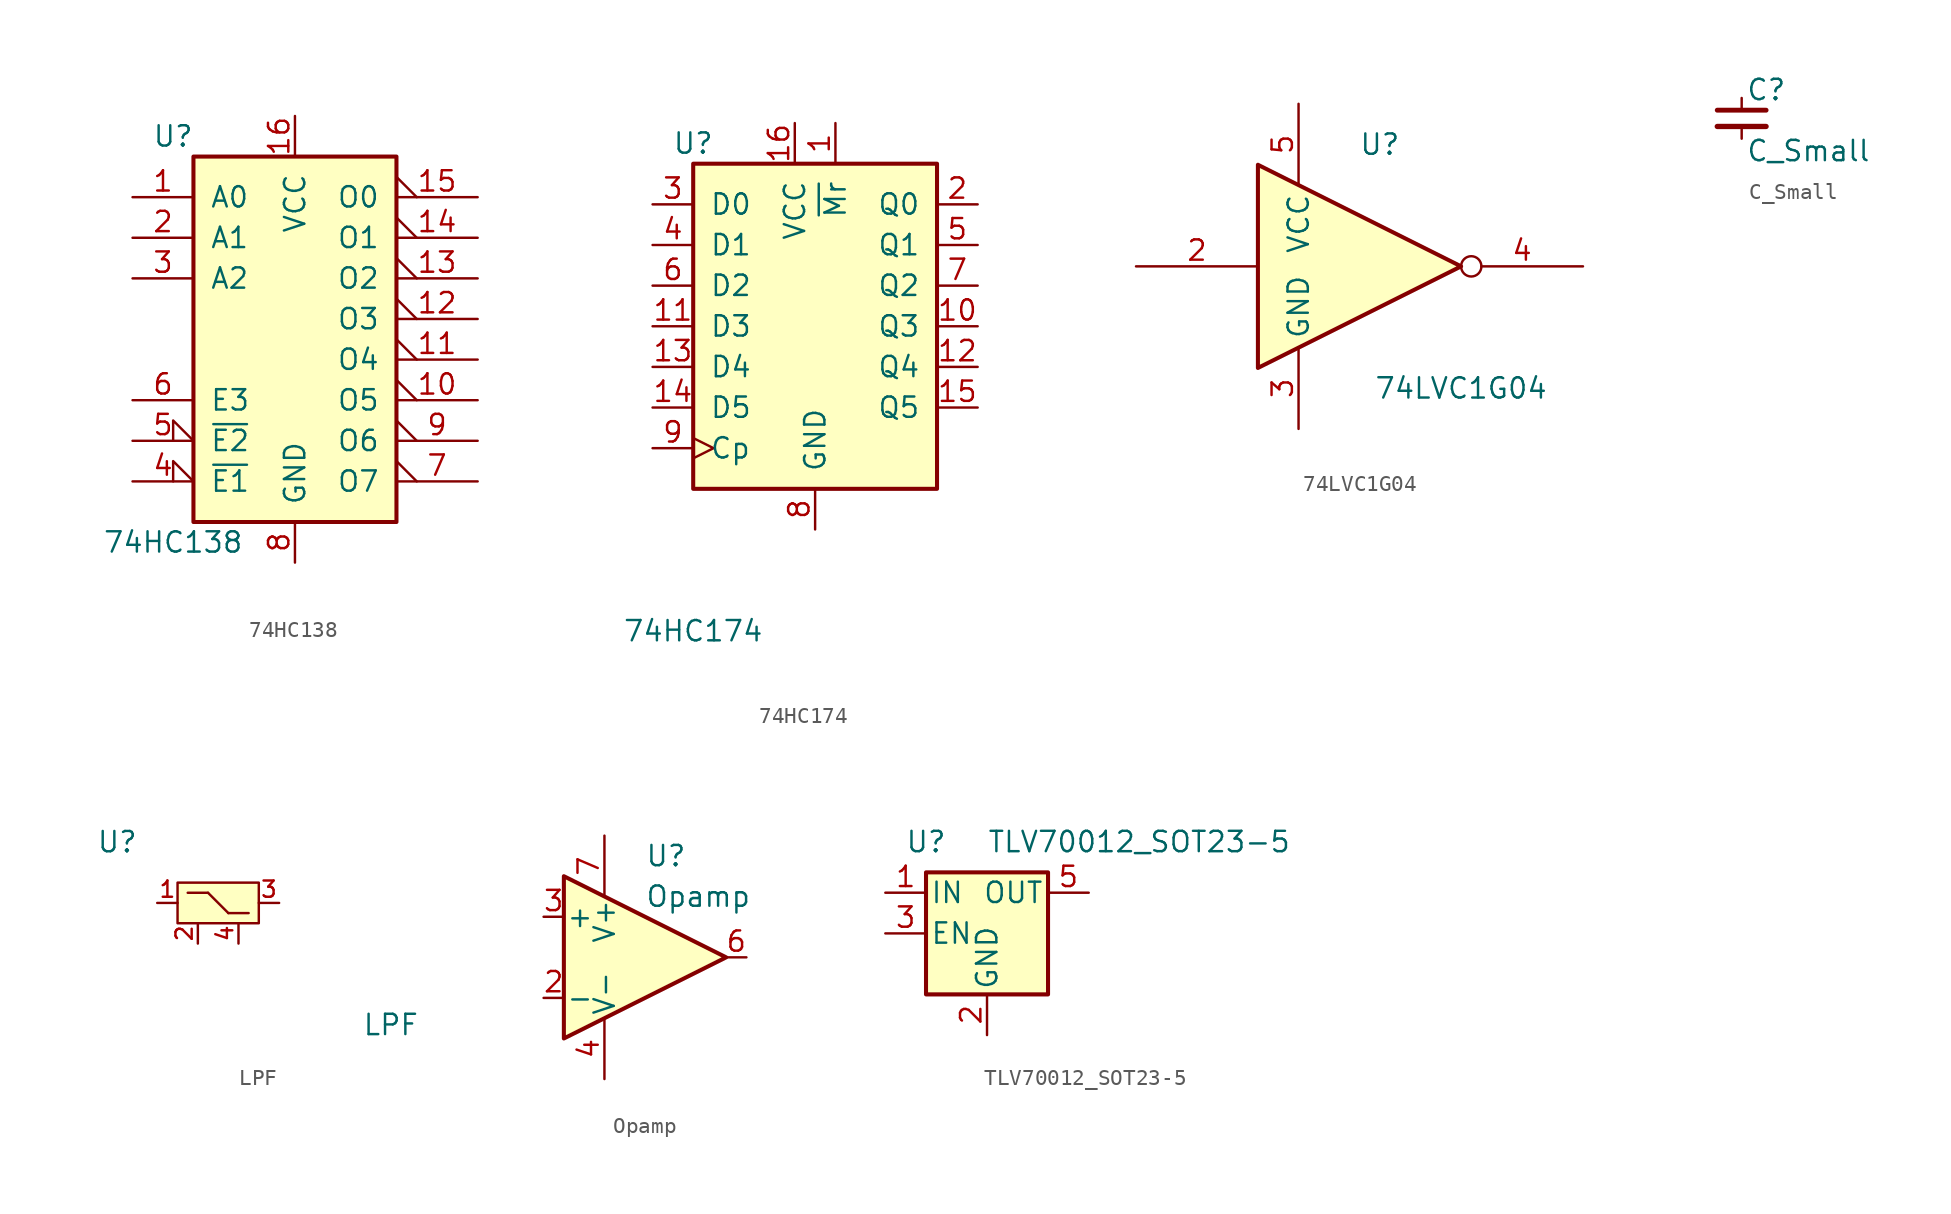
<source format=kicad_sym>
(kicad_symbol_lib
  (version 20241209)
  (generator "kicad_symbol_editor")
  (generator_version "9.0")
  (symbol "74HC138"
    (pin_names
      (offset 1.016))
    (property "Reference" "U"
      (at -7.62 11.43 0)
      (effects (font (size 1.27 1.27))))
    (property "Value" "74HC138"
      (at -7.62 -13.97 0)
      (effects (font (size 1.27 1.27))))
    (property "ki_locked" ""
      (at 0 0 0)
      (effects (font (size 1.27 1.27))))
    (symbol "74HC138_1_0"
      (pin input line (at -10.16 7.62 0) (length 3.81) (name "A0" (effects (font (size 1.27 1.27)))) (number "1" (effects (font (size 1.27 1.27)))))
      (pin input line (at -10.16 5.08 0) (length 3.81) (name "A1" (effects (font (size 1.27 1.27)))) (number "2" (effects (font (size 1.27 1.27)))))
      (pin input line (at -10.16 2.54 0) (length 3.81) (name "A2" (effects (font (size 1.27 1.27)))) (number "3" (effects (font (size 1.27 1.27)))))
      (pin input line (at -10.16 -5.08 0) (length 3.81) (name "E3" (effects (font (size 1.27 1.27)))) (number "6" (effects (font (size 1.27 1.27)))))
      (pin input input_low (at -10.16 -7.62 0) (length 3.81) (name "~{E2}" (effects (font (size 1.27 1.27)))) (number "5" (effects (font (size 1.27 1.27)))))
      (pin input input_low (at -10.16 -10.16 0) (length 3.81) (name "~{E1}" (effects (font (size 1.27 1.27)))) (number "4" (effects (font (size 1.27 1.27)))))
      (pin power_in line (at 0 12.7 270) (length 2.54) (name "VCC" (effects (font (size 1.27 1.27)))) (number "16" (effects (font (size 1.27 1.27)))))
      (pin power_in line (at 0 -15.24 90) (length 2.54) (name "GND" (effects (font (size 1.27 1.27)))) (number "8" (effects (font (size 1.27 1.27)))))
      (pin output output_low (at 11.43 7.62 180) (length 5.08) (name "O0" (effects (font (size 1.27 1.27)))) (number "15" (effects (font (size 1.27 1.27)))))
      (pin output output_low (at 11.43 5.08 180) (length 5.08) (name "O1" (effects (font (size 1.27 1.27)))) (number "14" (effects (font (size 1.27 1.27)))))
      (pin output output_low (at 11.43 2.54 180) (length 5.08) (name "O2" (effects (font (size 1.27 1.27)))) (number "13" (effects (font (size 1.27 1.27)))))
      (pin output output_low (at 11.43 0 180) (length 5.08) (name "O3" (effects (font (size 1.27 1.27)))) (number "12" (effects (font (size 1.27 1.27)))))
      (pin output output_low (at 11.43 -2.54 180) (length 5.08) (name "O4" (effects (font (size 1.27 1.27)))) (number "11" (effects (font (size 1.27 1.27)))))
      (pin output output_low (at 11.43 -5.08 180) (length 5.08) (name "O5" (effects (font (size 1.27 1.27)))) (number "10" (effects (font (size 1.27 1.27)))))
      (pin output output_low (at 11.43 -7.62 180) (length 5.08) (name "O6" (effects (font (size 1.27 1.27)))) (number "9" (effects (font (size 1.27 1.27)))))
      (pin output output_low (at 11.43 -10.16 180) (length 5.08) (name "O7" (effects (font (size 1.27 1.27)))) (number "7" (effects (font (size 1.27 1.27))))))
    (symbol "74HC138_1_1"
      (rectangle (start -6.35 10.16) (end 6.35 -12.7) (stroke (width 0.254) (type default)) (fill (type background)))))
  (symbol "74HC174"
    (pin_names
      (offset 1.016))
    (property "Reference" "U"
      (at -7.62 11.43 0)
      (effects (font (size 1.27 1.27))))
    (property "Value" "74HC174"
      (at -7.62 -19.05 0)
      (effects (font (size 1.27 1.27))))
    (property "ki_locked" ""
      (at 0 0 0)
      (effects (font (size 1.27 1.27))))
    (symbol "74HC174_1_0"
      (pin input line (at -10.16 7.62 0) (length 2.54) (name "D0" (effects (font (size 1.27 1.27)))) (number "3" (effects (font (size 1.27 1.27)))))
      (pin input line (at -10.16 5.08 0) (length 2.54) (name "D1" (effects (font (size 1.27 1.27)))) (number "4" (effects (font (size 1.27 1.27)))))
      (pin input line (at -10.16 2.54 0) (length 2.54) (name "D2" (effects (font (size 1.27 1.27)))) (number "6" (effects (font (size 1.27 1.27)))))
      (pin input line (at -10.16 0 0) (length 2.54) (name "D3" (effects (font (size 1.27 1.27)))) (number "11" (effects (font (size 1.27 1.27)))))
      (pin input line (at -10.16 -2.54 0) (length 2.54) (name "D4" (effects (font (size 1.27 1.27)))) (number "13" (effects (font (size 1.27 1.27)))))
      (pin input line (at -10.16 -5.08 0) (length 2.54) (name "D5" (effects (font (size 1.27 1.27)))) (number "14" (effects (font (size 1.27 1.27)))))
      (pin input clock (at -10.16 -7.62 0) (length 2.54) (name "Cp" (effects (font (size 1.27 1.27)))) (number "9" (effects (font (size 1.27 1.27)))))
      (pin power_in line (at -1.27 12.7 270) (length 2.54) (name "VCC" (effects (font (size 1.27 1.27)))) (number "16" (effects (font (size 1.27 1.27)))))
      (pin power_in line (at 0 -12.7 90) (length 2.54) (name "GND" (effects (font (size 1.27 1.27)))) (number "8" (effects (font (size 1.27 1.27)))))
      (pin input line (at 1.27 12.7 270) (length 2.54) (name "~{Mr}" (effects (font (size 1.27 1.27)))) (number "1" (effects (font (size 1.27 1.27)))))
      (pin output line (at 10.16 7.62 180) (length 2.54) (name "Q0" (effects (font (size 1.27 1.27)))) (number "2" (effects (font (size 1.27 1.27)))))
      (pin output line (at 10.16 5.08 180) (length 2.54) (name "Q1" (effects (font (size 1.27 1.27)))) (number "5" (effects (font (size 1.27 1.27)))))
      (pin output line (at 10.16 2.54 180) (length 2.54) (name "Q2" (effects (font (size 1.27 1.27)))) (number "7" (effects (font (size 1.27 1.27)))))
      (pin output line (at 10.16 0 180) (length 2.54) (name "Q3" (effects (font (size 1.27 1.27)))) (number "10" (effects (font (size 1.27 1.27)))))
      (pin output line (at 10.16 -2.54 180) (length 2.54) (name "Q4" (effects (font (size 1.27 1.27)))) (number "12" (effects (font (size 1.27 1.27)))))
      (pin output line (at 10.16 -5.08 180) (length 2.54) (name "Q5" (effects (font (size 1.27 1.27)))) (number "15" (effects (font (size 1.27 1.27))))))
    (symbol "74HC174_1_1"
      (rectangle (start -7.62 10.16) (end 7.62 -10.16) (stroke (width 0.254) (type default)) (fill (type background)))))
  (symbol "74LVC1G04"
    (property "Reference" "U"
      (at 0 7.62 0)
      (effects (font (size 1.27 1.27))))
    (property "Value" "74LVC1G04"
      (at 5.08 -7.62 0)
      (effects (font (size 1.27 1.27))))
    (symbol "74LVC1G04_0_1"
      (polyline (pts (xy -7.62 6.35) (xy -7.62 -6.35) (xy 5.08 0) (xy -7.62 6.35)) (stroke (width 0.254) (type default)) (fill (type background))))
    (symbol "74LVC1G04_1_0"
      (pin no_connect line (at 0 -5.08 90) (length 2.54) (hide yes) (name "N/C" (effects (font (size 1.27 1.27)))) (number "1" (effects (font (size 1.27 1.27))))))
    (symbol "74LVC1G04_1_1"
      (pin input line (at -15.24 0 0) (length 7.62) (name "~" (effects (font (size 1.27 1.27)))) (number "2" (effects (font (size 1.27 1.27)))))
      (pin power_in line (at -5.08 10.16 270) (length 5.08) (name "VCC" (effects (font (size 1.27 1.27)))) (number "5" (effects (font (size 1.27 1.27)))))
      (pin power_in line (at -5.08 -10.16 90) (length 5.08) (name "GND" (effects (font (size 1.27 1.27)))) (number "3" (effects (font (size 1.27 1.27)))))
      (pin output inverted (at 12.7 0 180) (length 7.62) (name "~" (effects (font (size 1.27 1.27)))) (number "4" (effects (font (size 1.27 1.27)))))))
  (symbol "C_Small"
    (pin_numbers
      (hide yes))
    (pin_names
      (offset 0.254)
      (hide yes))
    (property "Reference" "C"
      (at 0.254 1.778 0)
      (effects (font (size 1.27 1.27)) (justify left)))
    (property "Value" "C_Small"
      (at 0.254 -2.032 0)
      (effects (font (size 1.27 1.27)) (justify left)))
    (symbol "C_Small_0_1"
      (polyline (pts (xy -1.524 0.508) (xy 1.524 0.508)) (stroke (width 0.305) (type default)) (fill (type none)))
      (polyline (pts (xy -1.524 -0.508) (xy 1.524 -0.508)) (stroke (width 0.33) (type default)) (fill (type none))))
    (symbol "C_Small_1_1"
      (pin passive line (at 0 1.27 270) (length 0.762) (name "~" (effects (font (size 1.27 1.27)))) (number "1" (effects (font (size 1.27 1.27)))))
      (pin passive line (at 0 -1.27 90) (length 0.762) (name "~" (effects (font (size 1.27 1.27)))) (number "2" (effects (font (size 1.27 1.27)))))))
  (symbol "LPF"
    (property "Reference" "U"
      (at -7.62 3.81 0)
      (effects (font (size 1.27 1.27)) (justify left)))
    (property "Value" "LPF"
      (at 10.795 -7.62 0)
      (effects (font (size 1.27 1.27))))
    (symbol "LPF_0_0"
      (pin input line (at -3.81 0 0) (length 1.27) (name "~" (effects (font (size 1.016 1.016)))) (number "1" (effects (font (size 1.016 1.016)))))
      (pin power_in line (at 1.27 -2.54 90) (length 1.27) (name "~" (effects (font (size 1.016 1.016)))) (number "4" (effects (font (size 1.016 1.016)))))
      (pin output line (at 3.81 0 180) (length 1.27) (name "~" (effects (font (size 1.016 1.016)))) (number "3" (effects (font (size 1.016 1.016))))))
    (symbol "LPF_0_1"
      (polyline (pts (xy -2.54 1.27) (xy -2.54 -1.27) (xy 2.54 -1.27) (xy 2.54 1.27) (xy -2.54 1.27)) (stroke (width 0) (type default)) (fill (type background)))
      (polyline (pts (xy -0.635 0.635) (xy -1.905 0.635)) (stroke (width 0) (type default)) (fill (type none)))
      (polyline (pts (xy -0.635 0.635) (xy 0.635 -0.635)) (stroke (width 0) (type default)) (fill (type none)))
      (polyline (pts (xy 0.635 -0.635) (xy 1.905 -0.635)) (stroke (width 0) (type default)) (fill (type none))))
    (symbol "LPF_1_1"
      (pin power_in line (at -1.27 -2.54 90) (length 1.27) (name "~" (effects (font (size 1.016 1.016)))) (number "2" (effects (font (size 1.016 1.016)))))))
  (symbol "Opamp"
    (pin_names
      (offset 0.127))
    (property "Reference" "U"
      (at 0 6.35 0)
      (effects (font (size 1.27 1.27)) (justify left)))
    (property "Value" "Opamp"
      (at 0 3.81 0)
      (effects (font (size 1.27 1.27)) (justify left)))
    (symbol "Opamp_0_1"
      (polyline (pts (xy -5.08 5.08) (xy 5.08 0) (xy -5.08 -5.08) (xy -5.08 5.08)) (stroke (width 0.254) (type default)) (fill (type background))))
    (symbol "Opamp_1_1"
      (pin input line (at -6.35 2.54 0) (length 1.27) (name "+" (effects (font (size 1.27 1.27)))) (number "3" (effects (font (size 1.27 1.27)))))
      (pin input line (at -6.35 -2.54 0) (length 1.27) (name "-" (effects (font (size 1.27 1.27)))) (number "2" (effects (font (size 1.27 1.27)))))
      (pin power_in line (at -2.54 7.62 270) (length 3.81) (name "V+" (effects (font (size 1.27 1.27)))) (number "7" (effects (font (size 1.27 1.27)))))
      (pin no_connect line (at -2.54 2.54 270) (length 2.54) (hide yes) (name "NC" (effects (font (size 1.27 1.27)))) (number "1" (effects (font (size 1.27 1.27)))))
      (pin power_in line (at -2.54 -7.62 90) (length 3.81) (name "V-" (effects (font (size 1.27 1.27)))) (number "4" (effects (font (size 1.27 1.27)))))
      (pin no_connect line (at 0 2.54 270) (length 2.54) (hide yes) (name "NC" (effects (font (size 1.27 1.27)))) (number "5" (effects (font (size 1.27 1.27)))))
      (pin no_connect line (at 0 -2.54 90) (length 2.54) (hide yes) (name "NC" (effects (font (size 1.27 1.27)))) (number "8" (effects (font (size 1.27 1.27)))))
      (pin output line (at 6.35 0 180) (length 1.27) (name "~" (effects (font (size 1.27 1.27)))) (number "6" (effects (font (size 1.27 1.27)))))))
  (symbol "TLV70012_SOT23-5"
    (pin_names
      (offset 0.254))
    (property "Reference" "U"
      (at -3.81 5.715 0)
      (effects (font (size 1.27 1.27))))
    (property "Value" "TLV70012_SOT23-5"
      (at 0 5.715 0)
      (effects (font (size 1.27 1.27)) (justify left)))
    (symbol "TLV70012_SOT23-5_0_1"
      (rectangle (start -3.81 3.81) (end 3.81 -3.81) (stroke (width 0.254) (type default)) (fill (type background))))
    (symbol "TLV70012_SOT23-5_1_1"
      (pin power_in line (at -6.35 2.54 0) (length 2.54) (name "IN" (effects (font (size 1.27 1.27)))) (number "1" (effects (font (size 1.27 1.27)))))
      (pin input line (at -6.35 0 0) (length 2.54) (name "EN" (effects (font (size 1.27 1.27)))) (number "3" (effects (font (size 1.27 1.27)))))
      (pin power_in line (at 0 -6.35 90) (length 2.54) (name "GND" (effects (font (size 1.27 1.27)))) (number "2" (effects (font (size 1.27 1.27)))))
      (pin power_out line (at 6.35 2.54 180) (length 2.54) (name "OUT" (effects (font (size 1.27 1.27)))) (number "5" (effects (font (size 1.27 1.27)))))
      (pin no_connect line (at 6.35 0 180) (length 2.54) (hide yes) (name "NC" (effects (font (size 1.27 1.27)))) (number "4" (effects (font (size 1.27 1.27))))))))
</source>
